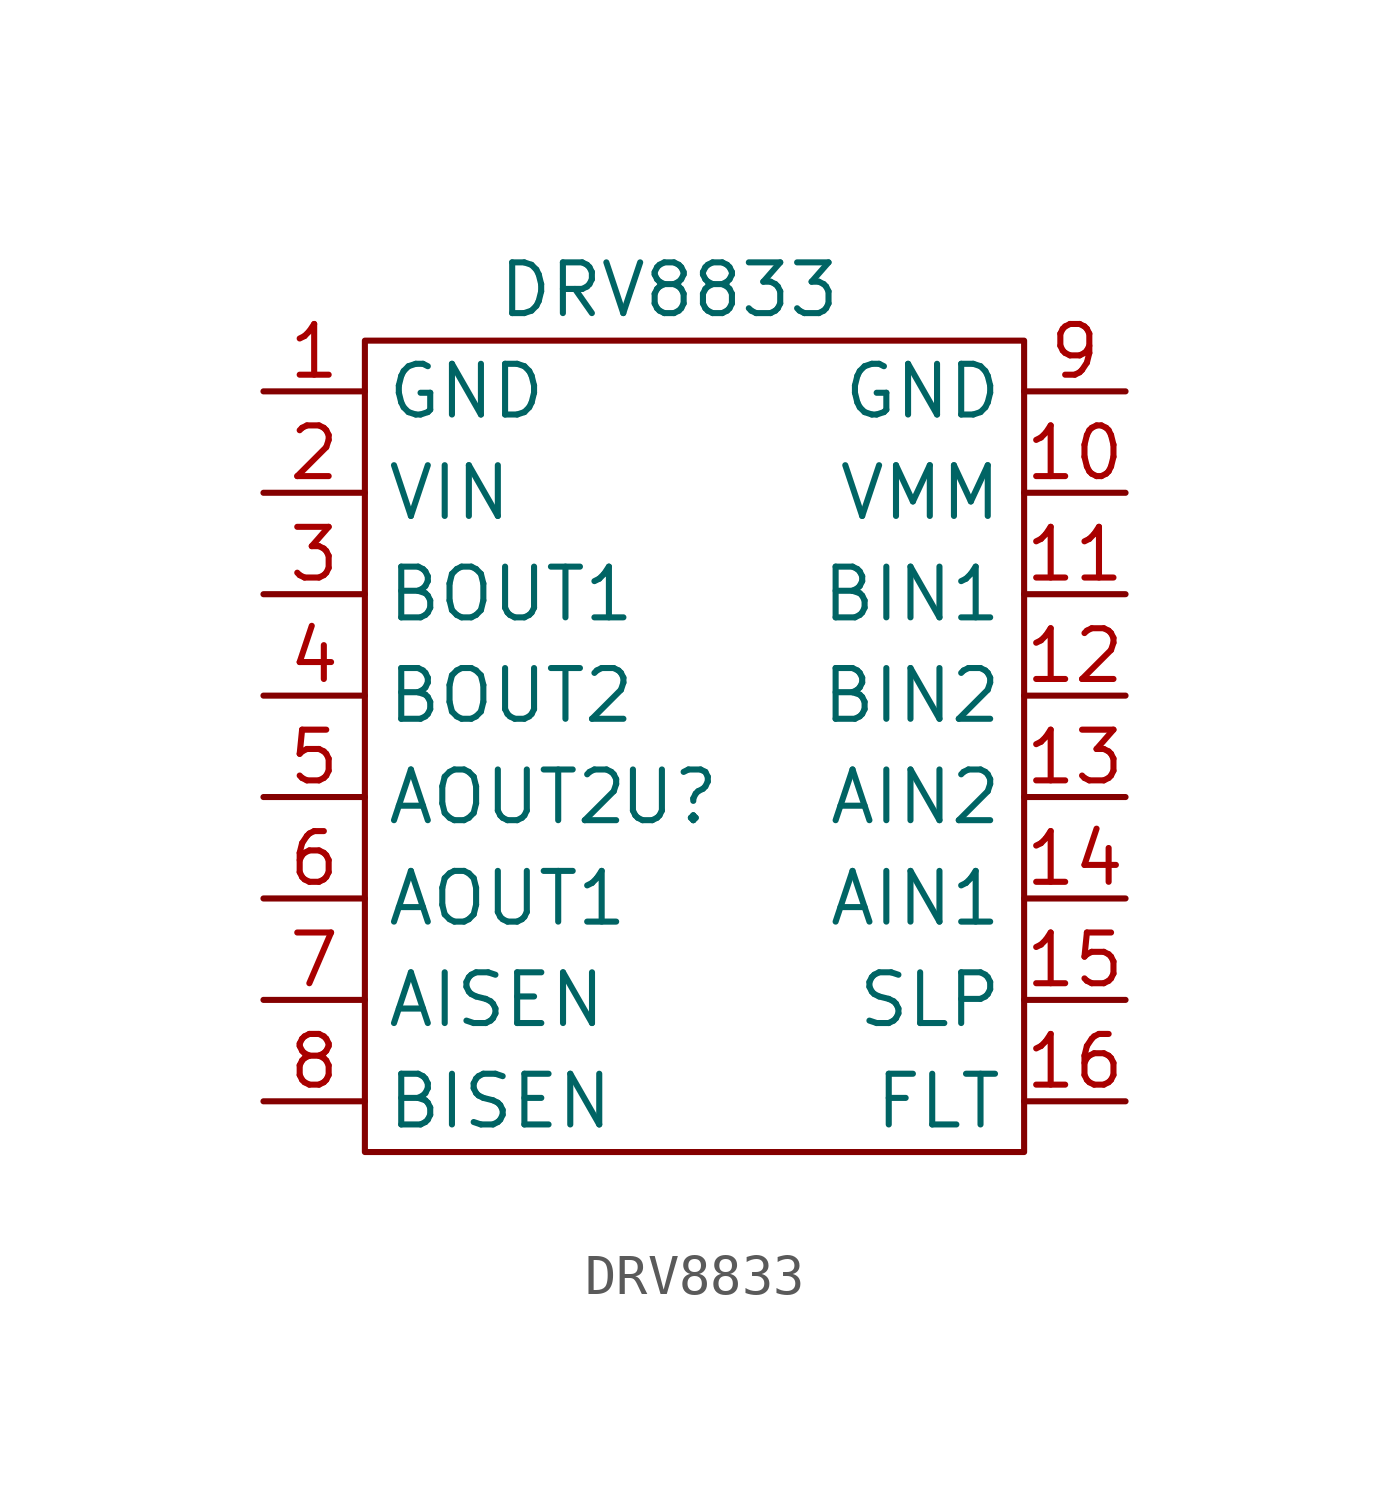
<source format=kicad_sym>
(kicad_symbol_lib
  (version 20231120)
  (generator "kicad_symbol_editor")
  (generator_version "8.0")
  (symbol "DRV8833"
    (property "Reference" "U"
      (at 0 -5.08 0)
      (effects (font (size 1.27 1.27))))
    (property "Value" "DRV8833"
      (at 0 7.62 0)
      (effects (font (size 1.27 1.27))))
    (symbol "DRV8833_1_1"
      (rectangle (start -7.62 6.35) (end 8.89 -13.97) (stroke (width 0) (type default)) (fill (type none)))
      (pin power_in line (at -10.16 5.08 0) (length 2.54) (name "GND" (effects (font (size 1.27 1.27)))) (number "1" (effects (font (size 1.27 1.27)))))
      (pin power_in line (at 11.43 2.54 180) (length 2.54) (name "VMM" (effects (font (size 1.27 1.27)))) (number "10" (effects (font (size 1.27 1.27)))))
      (pin passive line (at 11.43 0 180) (length 2.54) (name "BIN1" (effects (font (size 1.27 1.27)))) (number "11" (effects (font (size 1.27 1.27)))))
      (pin passive line (at 11.43 -2.54 180) (length 2.54) (name "BIN2" (effects (font (size 1.27 1.27)))) (number "12" (effects (font (size 1.27 1.27)))))
      (pin passive line (at 11.43 -5.08 180) (length 2.54) (name "AIN2" (effects (font (size 1.27 1.27)))) (number "13" (effects (font (size 1.27 1.27)))))
      (pin passive line (at 11.43 -7.62 180) (length 2.54) (name "AIN1" (effects (font (size 1.27 1.27)))) (number "14" (effects (font (size 1.27 1.27)))))
      (pin passive line (at 11.43 -10.16 180) (length 2.54) (name "SLP" (effects (font (size 1.27 1.27)))) (number "15" (effects (font (size 1.27 1.27)))))
      (pin passive line (at 11.43 -12.7 180) (length 2.54) (name "FLT" (effects (font (size 1.27 1.27)))) (number "16" (effects (font (size 1.27 1.27)))))
      (pin passive line (at -10.16 2.54 0) (length 2.54) (name "VIN" (effects (font (size 1.27 1.27)))) (number "2" (effects (font (size 1.27 1.27)))))
      (pin passive line (at -10.16 0 0) (length 2.54) (name "BOUT1" (effects (font (size 1.27 1.27)))) (number "3" (effects (font (size 1.27 1.27)))))
      (pin passive line (at -10.16 -2.54 0) (length 2.54) (name "BOUT2" (effects (font (size 1.27 1.27)))) (number "4" (effects (font (size 1.27 1.27)))))
      (pin passive line (at -10.16 -5.08 0) (length 2.54) (name "AOUT2" (effects (font (size 1.27 1.27)))) (number "5" (effects (font (size 1.27 1.27)))))
      (pin passive line (at -10.16 -7.62 0) (length 2.54) (name "AOUT1" (effects (font (size 1.27 1.27)))) (number "6" (effects (font (size 1.27 1.27)))))
      (pin passive line (at -10.16 -10.16 0) (length 2.54) (name "AISEN" (effects (font (size 1.27 1.27)))) (number "7" (effects (font (size 1.27 1.27)))))
      (pin passive line (at -10.16 -12.7 0) (length 2.54) (name "BISEN" (effects (font (size 1.27 1.27)))) (number "8" (effects (font (size 1.27 1.27)))))
      (pin power_in line (at 11.43 5.08 180) (length 2.54) (name "GND" (effects (font (size 1.27 1.27)))) (number "9" (effects (font (size 1.27 1.27))))))))
</source>
